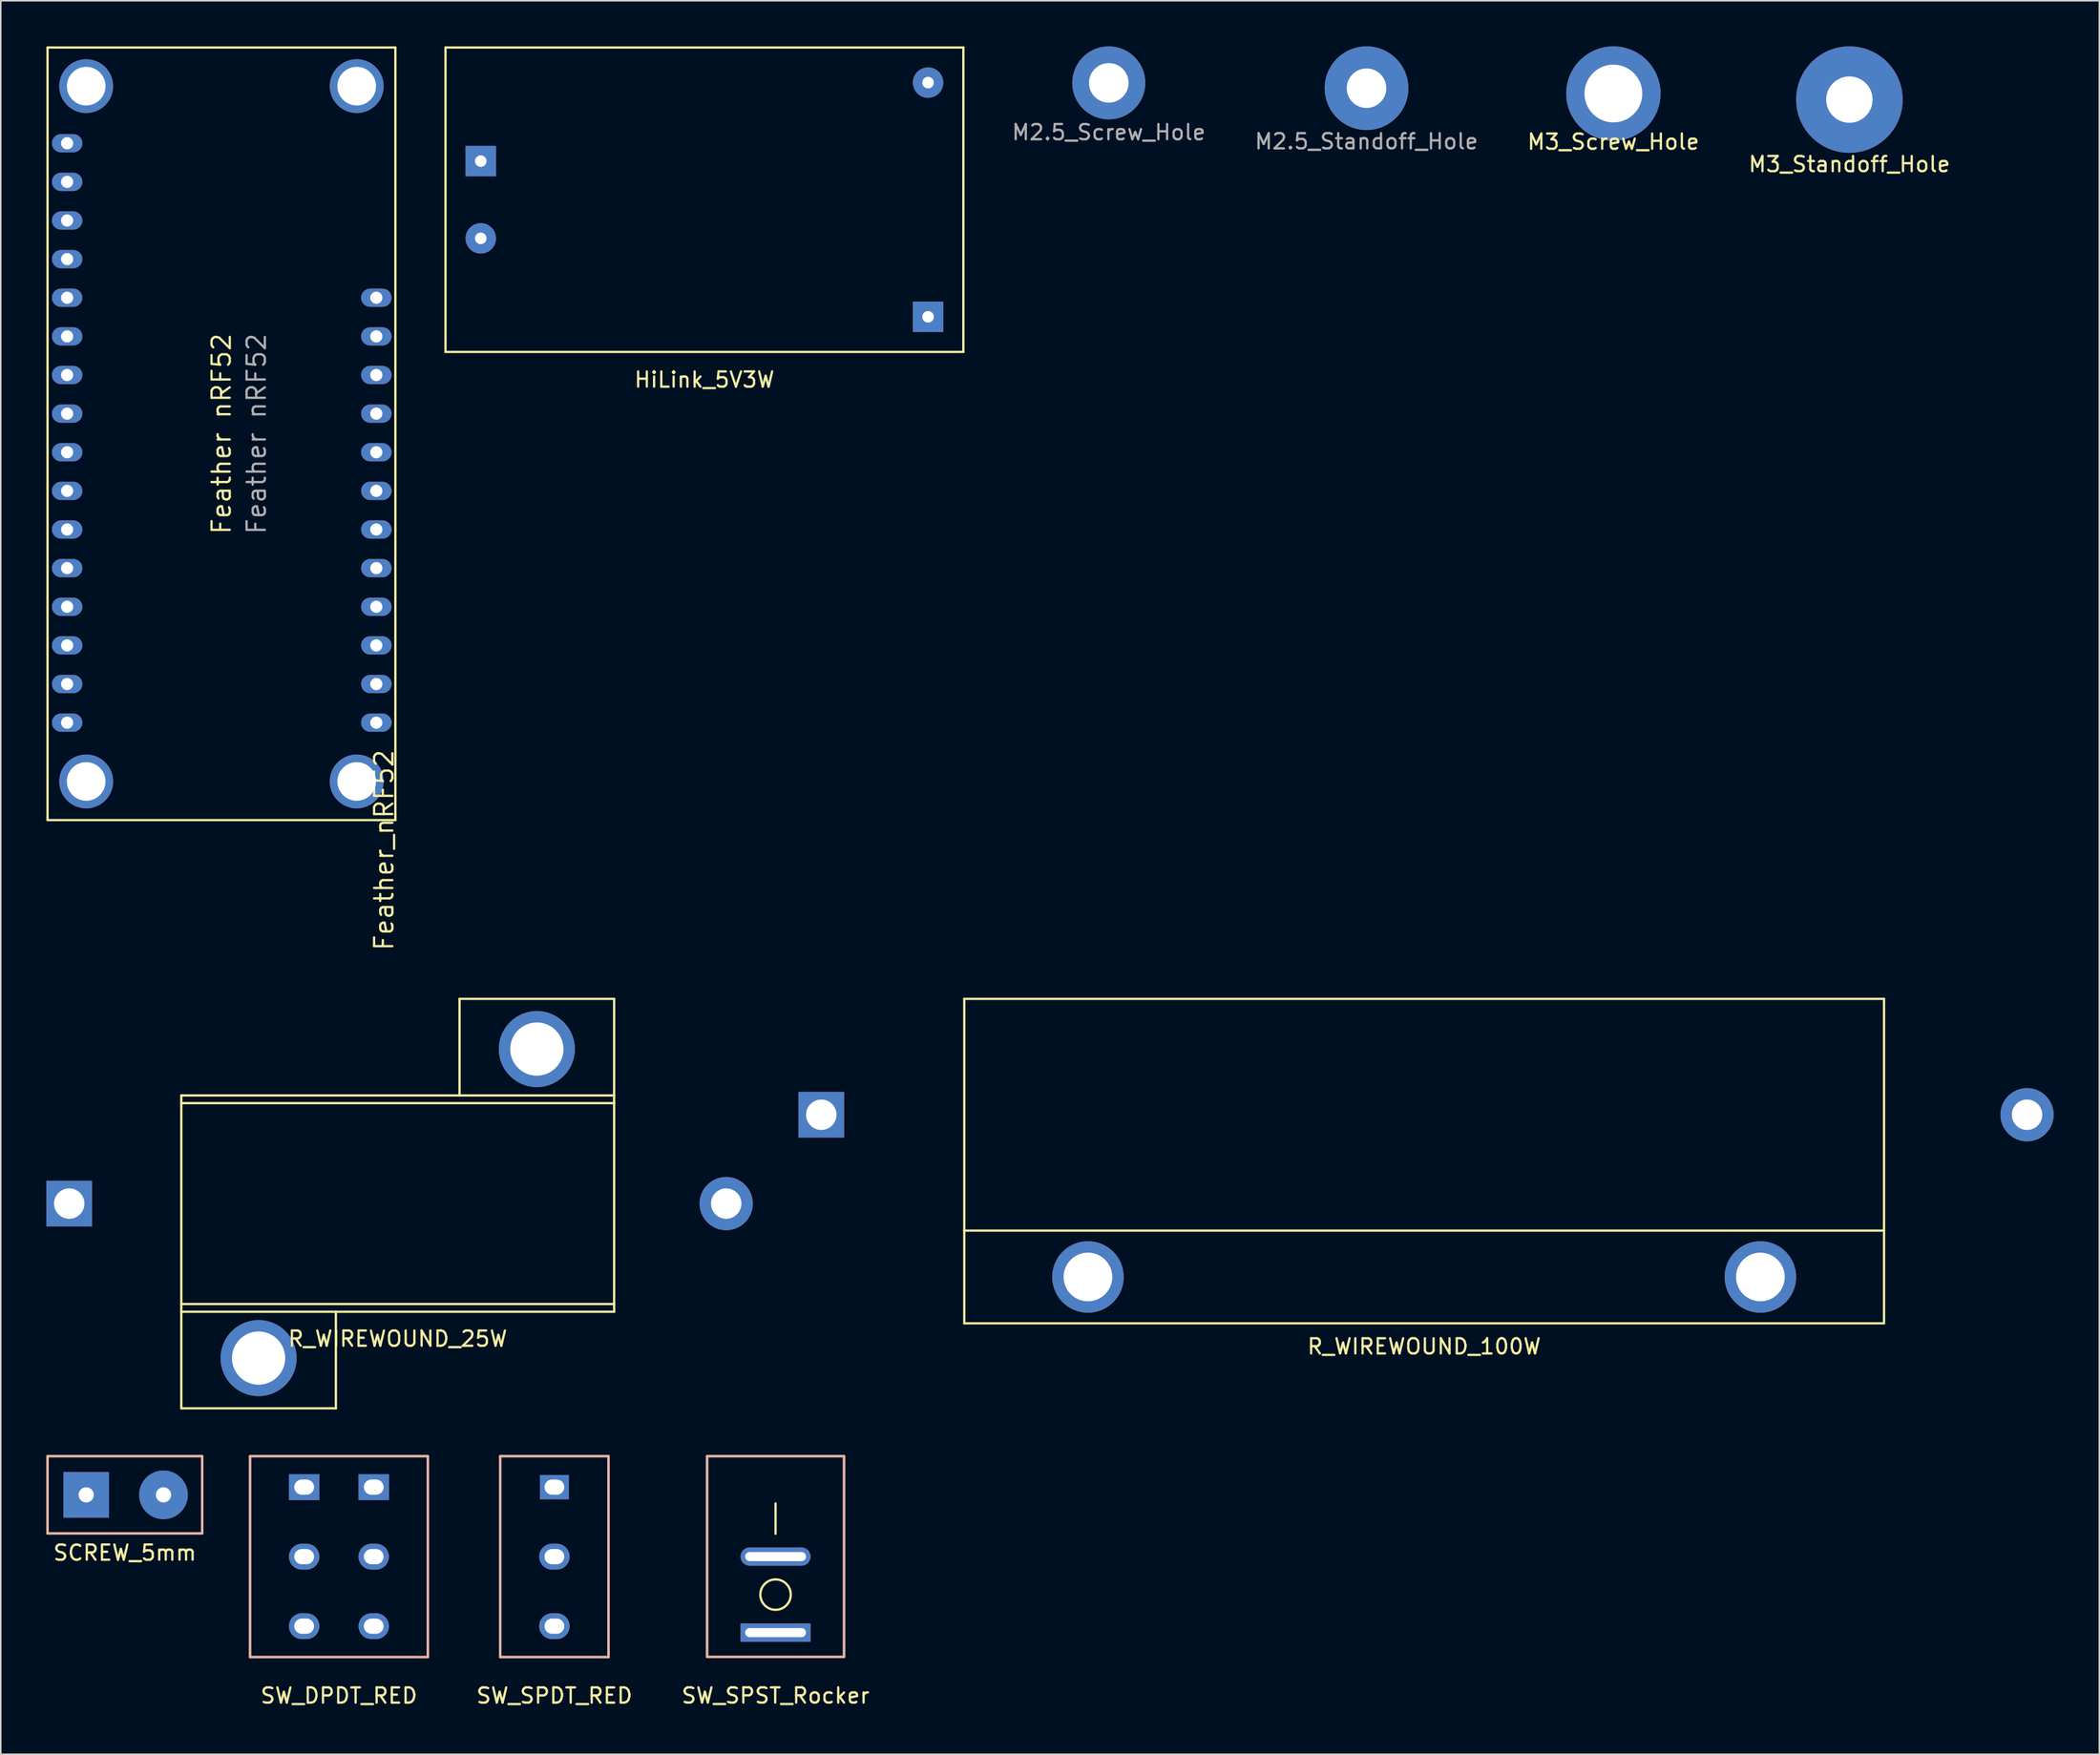
<source format=kicad_pcb>
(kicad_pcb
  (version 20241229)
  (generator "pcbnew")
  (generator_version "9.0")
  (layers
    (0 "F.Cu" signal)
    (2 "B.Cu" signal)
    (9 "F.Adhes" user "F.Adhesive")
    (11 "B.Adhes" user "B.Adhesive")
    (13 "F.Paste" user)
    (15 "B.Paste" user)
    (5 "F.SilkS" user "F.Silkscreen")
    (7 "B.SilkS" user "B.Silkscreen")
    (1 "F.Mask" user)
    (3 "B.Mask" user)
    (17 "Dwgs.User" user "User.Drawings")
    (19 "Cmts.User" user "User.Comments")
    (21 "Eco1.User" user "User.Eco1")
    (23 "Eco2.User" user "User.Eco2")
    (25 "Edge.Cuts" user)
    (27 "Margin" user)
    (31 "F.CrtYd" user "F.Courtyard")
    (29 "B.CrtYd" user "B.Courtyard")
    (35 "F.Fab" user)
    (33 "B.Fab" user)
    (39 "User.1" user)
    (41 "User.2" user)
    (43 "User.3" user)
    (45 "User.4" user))
  (footprint "M2.5_Standoff_Hole"
    (layer "F.Cu")
    (at 86.765 2.75)
    (property "Reference" "M2.5_Standoff_Hole" (at 0 3.5 0) (layer "F.Fab") (effects (font (size 1 1) (thickness 0.15))))
    (attr through_hole)
    (pad "" np_thru_hole circle (at 0 0) (size 5.5 5.5) (drill 2.6) (layers "*.Cu" "*.Mask")))
  (footprint "Feather_nRF52"
    (layer "F.Cu")
    (at 11.505 25.475)
    (property "Reference" "Feather_nRF52" (at 10.686 27.376 90) (layer "F.SilkS") (effects (font (size 1.2 1.2) (thickness 0.15))))
    (attr through_hole)
    (fp_line (start -11.43 -25.4) (end 11.43 -25.4) (stroke (width 0.15) (type solid)) (layer "F.SilkS"))
    (fp_line (start -11.43 25.4) (end -11.43 -25.4) (stroke (width 0.15) (type solid)) (layer "F.SilkS"))
    (fp_line (start 11.43 -25.4) (end 11.43 25.4) (stroke (width 0.15) (type solid)) (layer "F.SilkS"))
    (fp_line (start 11.43 25.4) (end -11.43 25.4) (stroke (width 0.15) (type solid)) (layer "F.SilkS"))
    (fp_text user "Feather nRF52" (at 0 0 90) (layer "F.SilkS") (effects (font (size 1.2 1.2) (thickness 0.15))))
    (fp_text user "Feather nRF52" (at 2.304 0 90) (layer "F.Fab") (effects (font (size 1.2 1.2) (thickness 0.15))))
    (pad "1" thru_hole oval (at -10.142 -19.106 270) (size 1.2 2) (drill 0.8) (layers "*.Cu" "*.Mask"))
    (pad "2" thru_hole oval (at -10.142 -16.566 270) (size 1.2 2) (drill 0.8) (layers "*.Cu" "*.Mask"))
    (pad "3" thru_hole oval (at -10.142 -14.026 270) (size 1.2 2) (drill 0.8) (layers "*.Cu" "*.Mask"))
    (pad "4" thru_hole oval (at -10.142 -11.486 270) (size 1.2 2) (drill 0.8) (layers "*.Cu" "*.Mask"))
    (pad "5" thru_hole oval (at -10.142 -8.946 270) (size 1.2 2) (drill 0.8) (layers "*.Cu" "*.Mask"))
    (pad "6" thru_hole oval (at -10.142 -6.406 270) (size 1.2 2) (drill 0.8) (layers "*.Cu" "*.Mask"))
    (pad "7" thru_hole oval (at -10.142 -3.866 270) (size 1.2 2) (drill 0.8) (layers "*.Cu" "*.Mask"))
    (pad "8" thru_hole oval (at -10.142 -1.326 270) (size 1.2 2) (drill 0.8) (layers "*.Cu" "*.Mask"))
    (pad "9" thru_hole oval (at -10.142 1.214 270) (size 1.2 2) (drill 0.8) (layers "*.Cu" "*.Mask"))
    (pad "10" thru_hole oval (at -10.142 3.754 270) (size 1.2 2) (drill 0.8) (layers "*.Cu" "*.Mask"))
    (pad "11" thru_hole oval (at -10.142 6.294 270) (size 1.2 2) (drill 0.8) (layers "*.Cu" "*.Mask"))
    (pad "12" thru_hole oval (at -10.142 8.834 270) (size 1.2 2) (drill 0.8) (layers "*.Cu" "*.Mask"))
    (pad "13" thru_hole oval (at -10.142 11.374 270) (size 1.2 2) (drill 0.8) (layers "*.Cu" "*.Mask"))
    (pad "14" thru_hole oval (at -10.142 13.914 270) (size 1.2 2) (drill 0.8) (layers "*.Cu" "*.Mask"))
    (pad "15" thru_hole oval (at -10.142 16.454 270) (size 1.2 2) (drill 0.8) (layers "*.Cu" "*.Mask"))
    (pad "16" thru_hole oval (at -10.142 18.994 270) (size 1.2 2) (drill 0.8) (layers "*.Cu" "*.Mask"))
    (pad "17" thru_hole oval (at 10.178 18.994 270) (size 1.2 2) (drill 0.8) (layers "*.Cu" "*.Mask"))
    (pad "18" thru_hole oval (at 10.178 16.454 270) (size 1.2 2) (drill 0.8) (layers "*.Cu" "*.Mask"))
    (pad "19" thru_hole oval (at 10.178 13.914 270) (size 1.2 2) (drill 0.8) (layers "*.Cu" "*.Mask"))
    (pad "20" thru_hole oval (at 10.178 11.374 270) (size 1.2 2) (drill 0.8) (layers "*.Cu" "*.Mask"))
    (pad "21" thru_hole oval (at 10.178 8.834 270) (size 1.2 2) (drill 0.8) (layers "*.Cu" "*.Mask"))
    (pad "22" thru_hole oval (at 10.178 6.294 270) (size 1.2 2) (drill 0.8) (layers "*.Cu" "*.Mask"))
    (pad "23" thru_hole oval (at 10.178 3.754 270) (size 1.2 2) (drill 0.8) (layers "*.Cu" "*.Mask"))
    (pad "24" thru_hole oval (at 10.178 1.214 270) (size 1.2 2) (drill 0.8) (layers "*.Cu" "*.Mask"))
    (pad "25" thru_hole oval (at 10.178 -1.326 270) (size 1.2 2) (drill 0.8) (layers "*.Cu" "*.Mask"))
    (pad "26" thru_hole oval (at 10.178 -3.866 270) (size 1.2 2) (drill 0.8) (layers "*.Cu" "*.Mask"))
    (pad "27" thru_hole oval (at 10.178 -6.406 270) (size 1.2 2) (drill 0.8) (layers "*.Cu" "*.Mask"))
    (pad "28" thru_hole oval (at 10.178 -8.946 270) (size 1.2 2) (drill 0.8) (layers "*.Cu" "*.Mask"))
    (pad "~" thru_hole circle (at -8.89 -22.86) (size 3.54 3.54) (drill 2.54) (layers "*.Cu" "*.Mask"))
    (pad "~" thru_hole circle (at -8.89 22.86) (size 3.54 3.54) (drill 2.54) (layers "*.Cu" "*.Mask"))
    (pad "~" thru_hole circle (at 8.89 -22.86) (size 3.54 3.54) (drill 2.54) (layers "*.Cu" "*.Mask"))
    (pad "~" thru_hole circle (at 8.89 22.86) (size 3.54 3.54) (drill 2.54) (layers "*.Cu" "*.Mask")))
  (footprint "M2.5_Screw_Hole"
    (layer "F.Cu")
    (at 69.825 2.4)
    (property "Reference" "M2.5_Screw_Hole" (at 0 3.25 0) (layer "F.Fab") (effects (font (size 1 1) (thickness 0.15))))
    (attr through_hole)
    (pad "" np_thru_hole circle (at 0 0) (size 4.8 4.8) (drill 2.6) (layers "*.Cu" "*.Mask")))
  (footprint "SW_DPDT_RED"
    (layer "F.Cu")
    (at 19.227 99.309)
    (property "Reference" "SW_DPDT_RED" (at 0 9.144 0) (layer "F.SilkS") (effects (font (size 1 1) (thickness 0.15))))
    (attr through_hole)
    (fp_line (start -5.842 -6.604) (end -5.842 6.604) (stroke (width 0.15) (type solid)) (layer "F.SilkS"))
    (fp_line (start -5.842 6.604) (end 5.842 6.604) (stroke (width 0.15) (type solid)) (layer "F.SilkS"))
    (fp_line (start 5.842 -6.604) (end -5.842 -6.604) (stroke (width 0.15) (type solid)) (layer "F.SilkS"))
    (fp_line (start 5.842 6.604) (end 5.842 -6.604) (stroke (width 0.15) (type solid)) (layer "F.SilkS"))
    (fp_line (start -5.842 -6.604) (end 5.842 -6.604) (stroke (width 0.15) (type solid)) (layer "B.SilkS"))
    (fp_line (start -5.842 6.604) (end -5.842 -6.604) (stroke (width 0.15) (type solid)) (layer "B.SilkS"))
    (fp_line (start 5.842 -6.604) (end 5.842 6.604) (stroke (width 0.15) (type solid)) (layer "B.SilkS"))
    (fp_line (start 5.842 6.604) (end -5.842 6.604) (stroke (width 0.15) (type solid)) (layer "B.SilkS"))
    (pad "1" thru_hole rect (at -2.286 -4.572) (size 2 1.7) (drill oval 1.3 1) (layers "*.Cu" "*.Mask"))
    (pad "2" thru_hole oval (at -2.286 0) (size 2 1.7) (drill oval 1.3 1) (layers "*.Cu" "*.Mask"))
    (pad "3" thru_hole oval (at -2.286 4.572) (size 2 1.7) (drill oval 1.3 1) (layers "*.Cu" "*.Mask"))
    (pad "4" thru_hole rect (at 2.286 -4.572) (size 2 1.7) (drill oval 1.3 1) (layers "*.Cu" "*.Mask"))
    (pad "5" thru_hole oval (at 2.286 0) (size 2 1.7) (drill oval 1.3 1) (layers "*.Cu" "*.Mask"))
    (pad "6" thru_hole oval (at 2.286 4.572) (size 2 1.7) (drill oval 1.3 1) (layers "*.Cu" "*.Mask")))
  (footprint "SW_SPST_Rocker"
    (layer "F.Cu")
    (at 47.924 99.305)
    (property "Reference" "SW_SPST_Rocker" (at 0 9.144 0) (layer "F.SilkS") (effects (font (size 1 1) (thickness 0.15))))
    (attr through_hole)
    (fp_line (start -4.5 -6.6) (end -4.5 6.6) (stroke (width 0.15) (type solid)) (layer "F.SilkS"))
    (fp_line (start -4.5 6.6) (end 4.5 6.6) (stroke (width 0.15) (type solid)) (layer "F.SilkS"))
    (fp_line (start 0 -1.5) (end 0 -3.5) (stroke (width 0.15) (type solid)) (layer "F.SilkS"))
    (fp_line (start 4.5 -6.6) (end -4.5 -6.6) (stroke (width 0.15) (type solid)) (layer "F.SilkS"))
    (fp_line (start 4.5 6.6) (end 4.5 -6.6) (stroke (width 0.15) (type solid)) (layer "F.SilkS"))
    (fp_circle (center 0 2.5) (end 1 2.5) (stroke (width 0.15) (type solid)) (fill no) (layer "F.SilkS"))
    (fp_line (start -4.5 -6.6) (end 4.5 -6.6) (stroke (width 0.15) (type solid)) (layer "B.SilkS"))
    (fp_line (start -4.5 6.6) (end -4.5 -6.6) (stroke (width 0.15) (type solid)) (layer "B.SilkS"))
    (fp_line (start 4.5 -6.6) (end 4.5 6.6) (stroke (width 0.15) (type solid)) (layer "B.SilkS"))
    (fp_line (start 4.5 6.6) (end -4.5 6.6) (stroke (width 0.15) (type solid)) (layer "B.SilkS"))
    (pad "1" thru_hole rect (at 0 5) (size 4.6 1.2) (drill oval 4 0.6) (layers "*.Cu" "*.Mask"))
    (pad "2" thru_hole oval (at 0 0) (size 4.6 1.2) (drill oval 4 0.6) (layers "*.Cu" "*.Mask")))
  (footprint "SCREW_5mm"
    (layer "F.Cu")
    (at 5.155 95.245)
    (property "Reference" "SCREW_5mm" (at 0 3.81 0) (layer "F.SilkS") (effects (font (size 1 1) (thickness 0.15))))
    (attr through_hole)
    (fp_line (start -5.08 -2.54) (end 5.08 -2.54) (stroke (width 0.15) (type solid)) (layer "F.SilkS"))
    (fp_line (start -5.08 2.54) (end -5.08 -2.54) (stroke (width 0.15) (type solid)) (layer "F.SilkS"))
    (fp_line (start 5.08 -2.54) (end 5.08 2.54) (stroke (width 0.15) (type solid)) (layer "F.SilkS"))
    (fp_line (start 5.08 2.54) (end -5.08 2.54) (stroke (width 0.15) (type solid)) (layer "F.SilkS"))
    (fp_line (start -5.08 -2.54) (end 5.08 -2.54) (stroke (width 0.15) (type solid)) (layer "B.SilkS"))
    (fp_line (start -5.08 2.54) (end -5.08 -2.54) (stroke (width 0.15) (type solid)) (layer "B.SilkS"))
    (fp_line (start 5.08 -2.54) (end 5.08 2.54) (stroke (width 0.15) (type solid)) (layer "B.SilkS"))
    (fp_line (start 5.08 2.54) (end -5.08 2.54) (stroke (width 0.15) (type solid)) (layer "B.SilkS"))
    (pad "1" thru_hole rect (at -2.54 0) (size 3 3) (drill 1) (layers "*.Cu" "*.Mask"))
    (pad "2" thru_hole circle (at 2.54 0) (size 3.2 3.2) (drill 1) (layers "*.Cu" "*.Mask")))
  (footprint "R_WIREWOUND_25W"
    (layer "F.Cu")
    (at 23.09 76.093)
    (property "Reference" "R_WIREWOUND_25W" (at 0 8.89 0) (layer "F.SilkS") (effects (font (size 1 1) (thickness 0.15))))
    (attr through_hole)
    (fp_line (start -14.224 -7.112) (end -14.224 13.462) (stroke (width 0.15) (type solid)) (layer "F.Mask"))
    (fp_line (start -14.224 13.462) (end -4.064 13.462) (stroke (width 0.15) (type solid)) (layer "F.Mask"))
    (fp_line (start -4.064 7.112) (end 14.224 7.112) (stroke (width 0.15) (type solid)) (layer "F.Mask"))
    (fp_line (start -4.064 13.462) (end -4.064 7.112) (stroke (width 0.15) (type solid)) (layer "F.Mask"))
    (fp_line (start 4.064 -13.462) (end 4.064 -7.112) (stroke (width 0.15) (type solid)) (layer "F.Mask"))
    (fp_line (start 4.064 -7.112) (end -14.224 -7.112) (stroke (width 0.15) (type solid)) (layer "F.Mask"))
    (fp_line (start 14.224 -13.462) (end 4.064 -13.462) (stroke (width 0.15) (type solid)) (layer "F.Mask"))
    (fp_line (start 14.224 7.112) (end 14.224 -13.462) (stroke (width 0.15) (type solid)) (layer "F.Mask"))
    (fp_line (start -14.224 -7.112) (end -14.224 13.462) (stroke (width 0.15) (type solid)) (layer "F.SilkS"))
    (fp_line (start -14.224 -6.604) (end 14.224 -6.604) (stroke (width 0.15) (type solid)) (layer "F.SilkS"))
    (fp_line (start -14.224 13.462) (end -4.064 13.462) (stroke (width 0.15) (type solid)) (layer "F.SilkS"))
    (fp_line (start -4.064 7.112) (end -14.224 7.112) (stroke (width 0.15) (type solid)) (layer "F.SilkS"))
    (fp_line (start -4.064 7.112) (end 14.224 7.112) (stroke (width 0.15) (type solid)) (layer "F.SilkS"))
    (fp_line (start -4.064 13.462) (end -4.064 7.112) (stroke (width 0.15) (type solid)) (layer "F.SilkS"))
    (fp_line (start 4.064 -13.462) (end 4.064 -7.112) (stroke (width 0.15) (type solid)) (layer "F.SilkS"))
    (fp_line (start 4.064 -7.112) (end -14.224 -7.112) (stroke (width 0.15) (type solid)) (layer "F.SilkS"))
    (fp_line (start 4.064 -7.112) (end 14.224 -7.112) (stroke (width 0.15) (type solid)) (layer "F.SilkS"))
    (fp_line (start 14.224 -13.462) (end 4.064 -13.462) (stroke (width 0.15) (type solid)) (layer "F.SilkS"))
    (fp_line (start 14.224 6.604) (end -14.224 6.604) (stroke (width 0.15) (type solid)) (layer "F.SilkS"))
    (fp_line (start 14.224 7.112) (end 14.224 -13.462) (stroke (width 0.15) (type solid)) (layer "F.SilkS"))
    (pad "" thru_hole circle (at -9.144 10.16) (size 5 5) (drill 3.5) (layers "*.Cu" "*.Mask"))
    (pad "" thru_hole circle (at 9.144 -10.16) (size 5 5) (drill 3.5) (layers "*.Cu" "*.Mask"))
    (pad "1" thru_hole rect (at -21.59 0) (size 3 3) (drill 2) (layers "*.Cu" "*.Mask"))
    (pad "2" thru_hole circle (at 21.59 0) (size 3.5 3.5) (drill 2) (layers "*.Cu" "*.Mask")))
  (footprint "SW_SPDT_RED"
    (layer "F.Cu")
    (at 33.388 99.309)
    (property "Reference" "SW_SPDT_RED" (at 0 9.144 0) (layer "F.SilkS") (effects (font (size 1 1) (thickness 0.15))))
    (attr through_hole)
    (fp_line (start -3.556 -6.604) (end -3.556 6.604) (stroke (width 0.15) (type solid)) (layer "F.SilkS"))
    (fp_line (start -3.556 6.604) (end 3.556 6.604) (stroke (width 0.15) (type solid)) (layer "F.SilkS"))
    (fp_line (start 3.556 -6.604) (end -3.556 -6.604) (stroke (width 0.15) (type solid)) (layer "F.SilkS"))
    (fp_line (start 3.556 6.604) (end 3.556 -6.604) (stroke (width 0.15) (type solid)) (layer "F.SilkS"))
    (fp_line (start -3.556 -6.604) (end 3.556 -6.604) (stroke (width 0.15) (type solid)) (layer "B.SilkS"))
    (fp_line (start -3.556 6.604) (end -3.556 -6.604) (stroke (width 0.15) (type solid)) (layer "B.SilkS"))
    (fp_line (start 3.556 -6.604) (end 3.556 6.604) (stroke (width 0.15) (type solid)) (layer "B.SilkS"))
    (fp_line (start 3.556 6.604) (end -3.556 6.604) (stroke (width 0.15) (type solid)) (layer "B.SilkS"))
    (pad "1" thru_hole rect (at 0 -4.572) (size 1.9 1.6) (drill oval 1.3 1) (layers "*.Cu" "*.Mask"))
    (pad "2" thru_hole oval (at 0 0) (size 2 1.7) (drill oval 1.3 1) (layers "*.Cu" "*.Mask"))
    (pad "3" thru_hole oval (at 0 4.572) (size 2 1.7) (drill oval 1.3 1) (layers "*.Cu" "*.Mask")))
  (footprint "M3_Screw_Hole"
    (layer "F.Cu")
    (at 102.991 3.1)
    (property "Reference" "M3_Screw_Hole" (at 0 3.175 0) (layer "F.SilkS") (effects (font (size 1 1) (thickness 0.15))))
    (attr through_hole)
    (pad "" np_thru_hole circle (at 0 0) (size 6.2 6.2) (drill 3.8) (layers "*.Cu" "*.Mask")))
  (footprint "R_WIREWOUND_100W"
    (layer "F.Cu")
    (at 90.554 70.251)
    (property "Reference" "R_WIREWOUND_100W" (at 0 15.24 0) (layer "F.SilkS") (effects (font (size 1 1) (thickness 0.15))))
    (attr through_hole)
    (fp_line (start -30.226 -7.62) (end -30.226 13.716) (stroke (width 0.15) (type solid)) (layer "F.Mask"))
    (fp_line (start -30.226 13.716) (end 30.226 13.716) (stroke (width 0.15) (type solid)) (layer "F.Mask"))
    (fp_line (start 30.226 -7.62) (end -30.226 -7.62) (stroke (width 0.15) (type solid)) (layer "F.Mask"))
    (fp_line (start 30.226 13.716) (end 30.226 -7.62) (stroke (width 0.15) (type solid)) (layer "F.Mask"))
    (fp_line (start -30.226 -7.62) (end 30.226 -7.62) (stroke (width 0.15) (type solid)) (layer "F.SilkS"))
    (fp_line (start -30.226 7.62) (end -30.226 -7.62) (stroke (width 0.15) (type solid)) (layer "F.SilkS"))
    (fp_line (start -30.226 7.62) (end -30.226 13.716) (stroke (width 0.15) (type solid)) (layer "F.SilkS"))
    (fp_line (start -30.226 13.716) (end 30.226 13.716) (stroke (width 0.15) (type solid)) (layer "F.SilkS"))
    (fp_line (start 30.226 -7.62) (end 30.226 7.62) (stroke (width 0.15) (type solid)) (layer "F.SilkS"))
    (fp_line (start 30.226 7.62) (end -30.226 7.62) (stroke (width 0.15) (type solid)) (layer "F.SilkS"))
    (fp_line (start 30.226 13.716) (end 30.226 7.62) (stroke (width 0.15) (type solid)) (layer "F.SilkS"))
    (pad "" thru_hole circle (at -22.098 10.668) (size 4.7 4.7) (drill 3.2) (layers "*.Cu" "*.Mask"))
    (pad "" thru_hole circle (at 22.098 10.668) (size 4.7 4.7) (drill 3.2) (layers "*.Cu" "*.Mask"))
    (pad "1" thru_hole rect (at -39.624 0) (size 3 3) (drill 2) (layers "*.Cu" "*.Mask"))
    (pad "2" thru_hole circle (at 39.624 0) (size 3.5 3.5) (drill 2) (layers "*.Cu" "*.Mask")))
  (footprint "M3_Standoff_Hole"
    (layer "F.Cu")
    (at 118.503 3.5)
    (property "Reference" "M3_Standoff_Hole" (at 0 4.25 0) (layer "F.SilkS") (effects (font (size 1 1) (thickness 0.15))))
    (attr through_hole)
    (pad "" np_thru_hole circle (at 0 0) (size 7 7) (drill 3.05) (layers "*.Cu" "*.Mask")))
  (footprint "HiLink_5V3W"
    (layer "F.Cu")
    (at 43.249 10.083)
    (property "Reference" "HiLink_5V3W" (at 0 11.836 0) (layer "F.SilkS") (effects (font (size 1 1) (thickness 0.15))))
    (attr through_hole)
    (fp_line (start -17.018 -10.008) (end -17.018 10.008) (stroke (width 0.15) (type solid)) (layer "F.SilkS"))
    (fp_line (start -17.018 10.008) (end 17.018 10.008) (stroke (width 0.15) (type solid)) (layer "F.SilkS"))
    (fp_line (start 17.018 -10.008) (end -17.018 -10.008) (stroke (width 0.15) (type solid)) (layer "F.SilkS"))
    (fp_line (start 17.018 10.008) (end 17.018 -10.008) (stroke (width 0.15) (type solid)) (layer "F.SilkS"))
    (pad "1" thru_hole rect (at -14.7 -2.54) (size 2 2) (drill 0.762) (layers "*.Cu" "*.Mask"))
    (pad "2" thru_hole circle (at -14.7 2.54) (size 2 2) (drill 0.762) (layers "*.Cu" "*.Mask"))
    (pad "3" thru_hole circle (at 14.7 -7.7) (size 2 2) (drill 0.762) (layers "*.Cu" "*.Mask"))
    (pad "4" thru_hole rect (at 14.7 7.7) (size 2 2) (drill 0.762) (layers "*.Cu" "*.Mask")))
  (gr_rect
    (start -3 -3)
    (end 134.928 112.301)
    (stroke (width 0.1) (type default))
    (fill no)
    (layer "Edge.Cuts")))
</source>
